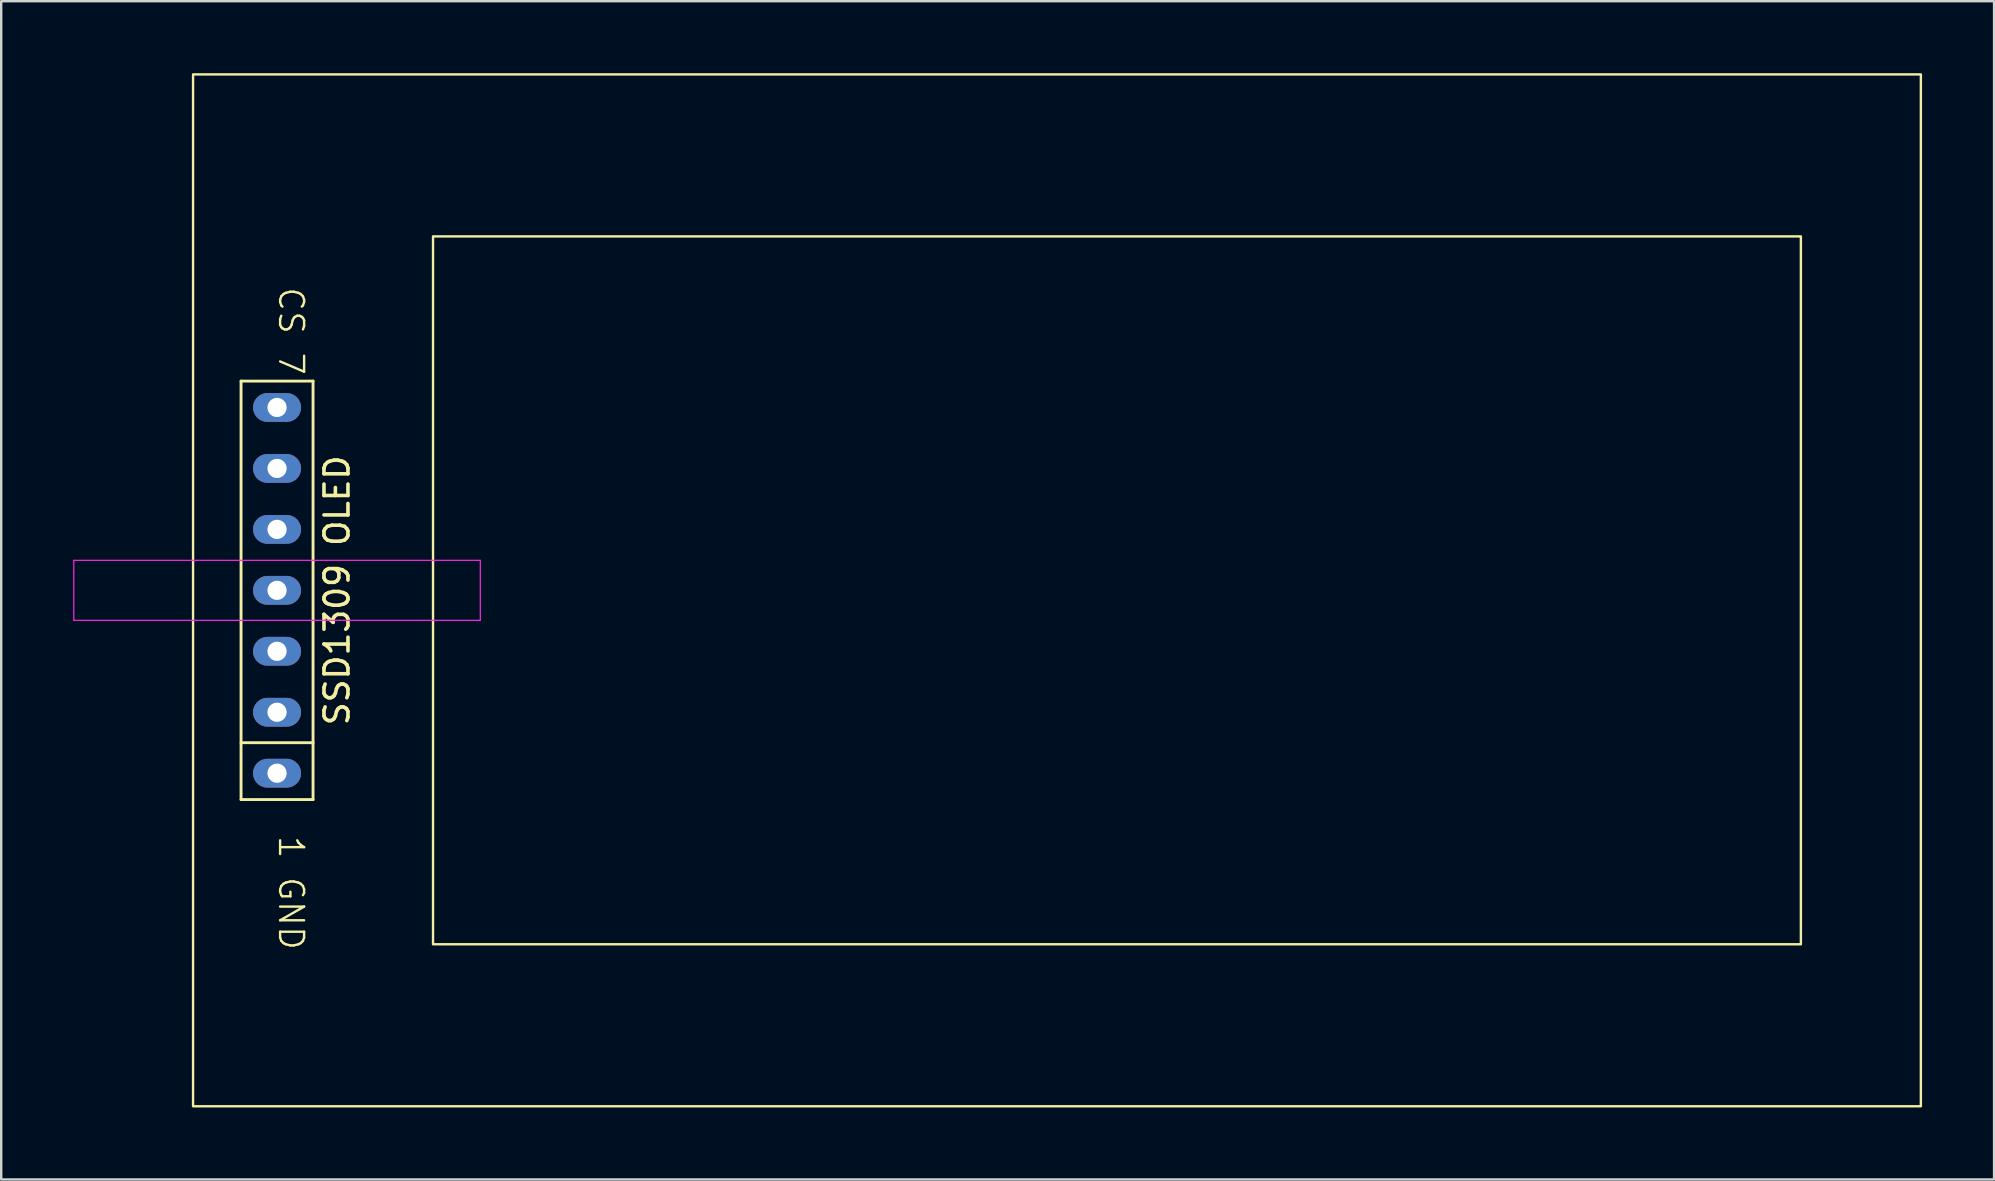
<source format=kicad_pcb>
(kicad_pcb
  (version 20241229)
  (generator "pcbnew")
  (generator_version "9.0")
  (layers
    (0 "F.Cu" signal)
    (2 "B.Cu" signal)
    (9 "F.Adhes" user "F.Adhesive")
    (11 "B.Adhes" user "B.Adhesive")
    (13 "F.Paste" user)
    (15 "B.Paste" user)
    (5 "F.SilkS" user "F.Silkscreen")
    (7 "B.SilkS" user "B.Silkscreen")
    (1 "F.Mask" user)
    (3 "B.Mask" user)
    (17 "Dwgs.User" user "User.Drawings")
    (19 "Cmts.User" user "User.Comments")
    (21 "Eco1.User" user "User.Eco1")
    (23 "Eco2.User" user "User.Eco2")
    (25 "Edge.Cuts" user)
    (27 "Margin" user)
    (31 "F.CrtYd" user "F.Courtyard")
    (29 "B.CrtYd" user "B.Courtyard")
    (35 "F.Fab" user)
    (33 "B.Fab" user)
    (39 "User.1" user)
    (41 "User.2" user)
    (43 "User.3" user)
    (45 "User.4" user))
  (footprint "SSD1309 OLED"
    (layer "F.Cu")
    (at 8.495 21.55)
    (property "Reference" "SSD1309 OLED" (at 2.5 0 90) (layer "F.SilkS") (effects (font (size 1 1) (thickness 0.15))))
    (attr through_hole)
    (fp_line (start -1.5 -8.72) (end 1.5 -8.72) (stroke (width 0.12) (type default)) (layer "F.SilkS"))
    (fp_line (start -1.5 6.35) (end 1.5 6.35) (stroke (width 0.12) (type default)) (layer "F.SilkS"))
    (fp_line (start -1.5 8.72) (end -1.5 -8.72) (stroke (width 0.12) (type default)) (layer "F.SilkS"))
    (fp_line (start 1.5 -8.72) (end 1.5 8.72) (stroke (width 0.12) (type default)) (layer "F.SilkS"))
    (fp_line (start 1.5 8.72) (end -1.5 8.72) (stroke (width 0.12) (type default)) (layer "F.SilkS"))
    (fp_rect (start -3.5 -21.5) (end 68.5 21.5) (stroke (width 0.1) (type default)) (fill no) (layer "F.SilkS"))
    (fp_rect (start 6.5 -14.75) (end 63.5 14.75) (stroke (width 0.1) (type default)) (fill no) (layer "F.SilkS"))
    (fp_line (start -8.47 -1.25) (end 8.47 -1.25) (stroke (width 0.05) (type default)) (layer "F.CrtYd"))
    (fp_line (start -8.47 1.25) (end -8.47 -1.25) (stroke (width 0.05) (type default)) (layer "F.CrtYd"))
    (fp_line (start 8.47 -1.25) (end 8.47 1.25) (stroke (width 0.05) (type default)) (layer "F.CrtYd"))
    (fp_line (start 8.47 1.25) (end -8.47 1.25) (stroke (width 0.05) (type default)) (layer "F.CrtYd"))
    (fp_text user "CS 7" (at 0 -12.7 270) (unlocked yes) (layer "F.SilkS") (effects (font (size 1 1) (thickness 0.1)) (justify left bottom)))
    (fp_text user "1 GND" (at 0 10.16 270) (unlocked yes) (layer "F.SilkS") (effects (font (size 1 1) (thickness 0.1)) (justify left bottom)))
    (pad "1" thru_hole oval (at 0 7.62 90) (size 1.2 2) (drill 0.8) (layers "*.Cu" "*.Mask"))
    (pad "2" thru_hole oval (at 0 5.08 90) (size 1.2 2) (drill 0.8) (layers "*.Cu" "*.Mask"))
    (pad "3" thru_hole oval (at 0 2.54 90) (size 1.2 2) (drill 0.8) (layers "*.Cu" "*.Mask"))
    (pad "4" thru_hole oval (at 0 0 90) (size 1.2 2) (drill 0.8) (layers "*.Cu" "*.Mask"))
    (pad "5" thru_hole oval (at 0 -2.54 90) (size 1.2 2) (drill 0.8) (layers "*.Cu" "*.Mask"))
    (pad "6" thru_hole oval (at 0 -5.08 90) (size 1.2 2) (drill 0.8) (layers "*.Cu" "*.Mask"))
    (pad "7" thru_hole oval (at 0 -7.62 90) (size 1.2 2) (drill 0.8) (layers "*.Cu" "*.Mask")))
  (gr_rect
    (start -3 -3)
    (end 80.045 46.1)
    (stroke (width 0.1) (type default))
    (fill no)
    (layer "Edge.Cuts")))
</source>
